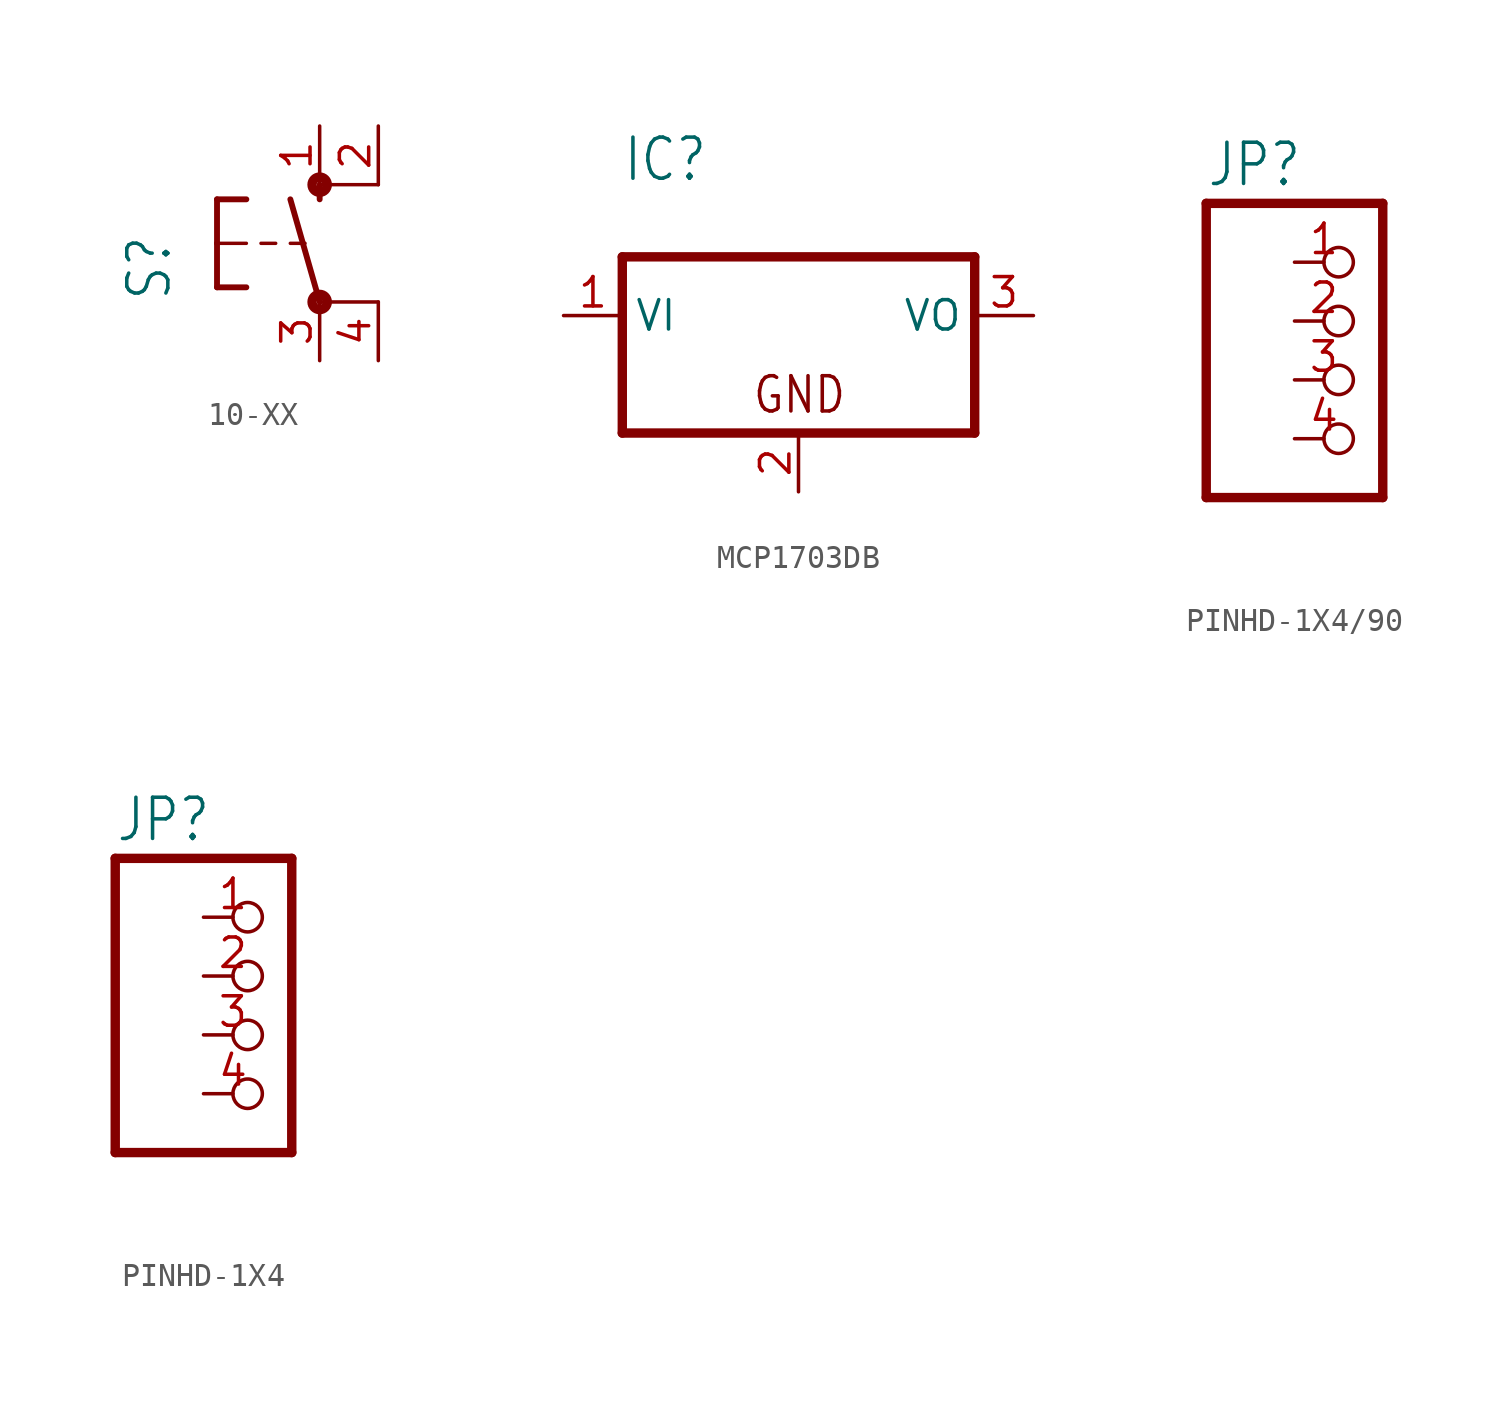
<source format=kicad_sym>
(kicad_symbol_lib
  (version 20220914)
  (generator kicad_symbol_editor)
  (symbol "10-XX"
    (property "Reference" "S"
      (at -6.35 -2.54 90)
      (effects (font (size 1.778 1.511)) (justify left bottom)))
    (property "Value" ""
      (at -3.81 3.175 90)
      (effects (font (size 1.778 1.511)) (justify left bottom)))
    (property "ki_locked" ""
      (at 0 0 0)
      (effects (font (size 1.27 1.27))))
    (symbol "10-XX_1_0"
      (circle (center 0 -2.54) (radius 0.127) (stroke (width 0.406) (type solid)) (fill (type none)))
      (polyline (pts (xy -4.445 -1.905) (xy -3.175 -1.905)) (stroke (width 0.254) (type solid)) (fill (type none)))
      (polyline (pts (xy -4.445 0) (xy -4.445 -1.905)) (stroke (width 0.254) (type solid)) (fill (type none)))
      (polyline (pts (xy -4.445 0) (xy -3.175 0)) (stroke (width 0.152) (type solid)) (fill (type none)))
      (polyline (pts (xy -4.445 1.905) (xy -4.445 0)) (stroke (width 0.254) (type solid)) (fill (type none)))
      (polyline (pts (xy -4.445 1.905) (xy -3.175 1.905)) (stroke (width 0.254) (type solid)) (fill (type none)))
      (polyline (pts (xy -2.54 0) (xy -1.905 0)) (stroke (width 0.152) (type solid)) (fill (type none)))
      (polyline (pts (xy -1.27 0) (xy -0.635 0)) (stroke (width 0.152) (type solid)) (fill (type none)))
      (polyline (pts (xy 0 -2.54) (xy -1.27 1.905)) (stroke (width 0.254) (type solid)) (fill (type none)))
      (polyline (pts (xy 0 1.905) (xy 0 2.54)) (stroke (width 0.254) (type solid)) (fill (type none)))
      (polyline (pts (xy 2.54 -2.54) (xy 0 -2.54)) (stroke (width 0.152) (type solid)) (fill (type none)))
      (polyline (pts (xy 2.54 2.54) (xy 0 2.54)) (stroke (width 0.152) (type solid)) (fill (type none)))
      (circle (center 0 2.54) (radius 0.127) (stroke (width 0.406) (type solid)) (fill (type none)))
      (pin passive line (at 0 5.08 270) (length 2.54) (name "S" (effects (font (size 0 0)))) (number "1" (effects (font (size 1.27 1.27)))))
      (pin passive line (at 2.54 5.08 270) (length 2.54) (name "S1" (effects (font (size 0 0)))) (number "2" (effects (font (size 1.27 1.27)))))
      (pin passive line (at 0 -5.08 90) (length 2.54) (name "P" (effects (font (size 0 0)))) (number "3" (effects (font (size 1.27 1.27)))))
      (pin passive line (at 2.54 -5.08 90) (length 2.54) (name "P1" (effects (font (size 0 0)))) (number "4" (effects (font (size 1.27 1.27)))))))
  (symbol "MCP1703DB"
    (property "Reference" "IC"
      (at -7.62 5.715 0)
      (effects (font (size 1.778 1.511)) (justify left bottom)))
    (property "Value" ""
      (at -7.62 3.175 0)
      (effects (font (size 1.778 1.511)) (justify left bottom)))
    (property "ki_locked" ""
      (at 0 0 0)
      (effects (font (size 1.27 1.27))))
    (symbol "MCP1703DB_1_0"
      (polyline (pts (xy -7.62 -5.08) (xy 7.62 -5.08)) (stroke (width 0.406) (type solid)) (fill (type none)))
      (polyline (pts (xy -7.62 2.54) (xy -7.62 -5.08)) (stroke (width 0.406) (type solid)) (fill (type none)))
      (polyline (pts (xy 7.62 -5.08) (xy 7.62 2.54)) (stroke (width 0.406) (type solid)) (fill (type none)))
      (polyline (pts (xy 7.62 2.54) (xy -7.62 2.54)) (stroke (width 0.406) (type solid)) (fill (type none)))
      (text "GND" (at -2.032 -4.318 0) (effects (font (size 1.524 1.295)) (justify left bottom)))
      (pin input line (at -10.16 0 0) (length 2.54) (name "VI" (effects (font (size 1.27 1.27)))) (number "1" (effects (font (size 1.27 1.27)))))
      (pin passive line (at 0 -7.62 90) (length 2.54) (name "GND" (effects (font (size 0 0)))) (number "2" (effects (font (size 1.27 1.27)))))
      (pin passive line (at 10.16 0 180) (length 2.54) (name "VO" (effects (font (size 1.27 1.27)))) (number "3" (effects (font (size 1.27 1.27)))))))
  (symbol "PINHD-1X4/90"
    (property "Reference" "JP"
      (at -6.35 8.255 0)
      (effects (font (size 1.778 1.511)) (justify left bottom)))
    (property "Value" ""
      (at -6.35 -7.62 0)
      (effects (font (size 1.778 1.511)) (justify left bottom)))
    (property "ki_locked" ""
      (at 0 0 0)
      (effects (font (size 1.27 1.27))))
    (symbol "PINHD-1X4/90_1_0"
      (polyline (pts (xy -6.35 -5.08) (xy 1.27 -5.08)) (stroke (width 0.406) (type solid)) (fill (type none)))
      (polyline (pts (xy -6.35 7.62) (xy -6.35 -5.08)) (stroke (width 0.406) (type solid)) (fill (type none)))
      (polyline (pts (xy 1.27 -5.08) (xy 1.27 7.62)) (stroke (width 0.406) (type solid)) (fill (type none)))
      (polyline (pts (xy 1.27 7.62) (xy -6.35 7.62)) (stroke (width 0.406) (type solid)) (fill (type none)))
      (pin passive inverted (at -2.54 5.08 0) (length 2.54) (name "1" (effects (font (size 0 0)))) (number "1" (effects (font (size 1.27 1.27)))))
      (pin passive inverted (at -2.54 2.54 0) (length 2.54) (name "2" (effects (font (size 0 0)))) (number "2" (effects (font (size 1.27 1.27)))))
      (pin passive inverted (at -2.54 0 0) (length 2.54) (name "3" (effects (font (size 0 0)))) (number "3" (effects (font (size 1.27 1.27)))))
      (pin passive inverted (at -2.54 -2.54 0) (length 2.54) (name "4" (effects (font (size 0 0)))) (number "4" (effects (font (size 1.27 1.27)))))))
  (symbol "PINHD-1X4"
    (property "Reference" "JP"
      (at -6.35 8.255 0)
      (effects (font (size 1.778 1.511)) (justify left bottom)))
    (property "Value" ""
      (at -6.35 -7.62 0)
      (effects (font (size 1.778 1.511)) (justify left bottom)))
    (property "ki_locked" ""
      (at 0 0 0)
      (effects (font (size 1.27 1.27))))
    (symbol "PINHD-1X4_1_0"
      (polyline (pts (xy -6.35 -5.08) (xy 1.27 -5.08)) (stroke (width 0.406) (type solid)) (fill (type none)))
      (polyline (pts (xy -6.35 7.62) (xy -6.35 -5.08)) (stroke (width 0.406) (type solid)) (fill (type none)))
      (polyline (pts (xy 1.27 -5.08) (xy 1.27 7.62)) (stroke (width 0.406) (type solid)) (fill (type none)))
      (polyline (pts (xy 1.27 7.62) (xy -6.35 7.62)) (stroke (width 0.406) (type solid)) (fill (type none)))
      (pin passive inverted (at -2.54 5.08 0) (length 2.54) (name "1" (effects (font (size 0 0)))) (number "1" (effects (font (size 1.27 1.27)))))
      (pin passive inverted (at -2.54 2.54 0) (length 2.54) (name "2" (effects (font (size 0 0)))) (number "2" (effects (font (size 1.27 1.27)))))
      (pin passive inverted (at -2.54 0 0) (length 2.54) (name "3" (effects (font (size 0 0)))) (number "3" (effects (font (size 1.27 1.27)))))
      (pin passive inverted (at -2.54 -2.54 0) (length 2.54) (name "4" (effects (font (size 0 0)))) (number "4" (effects (font (size 1.27 1.27))))))))
</source>
